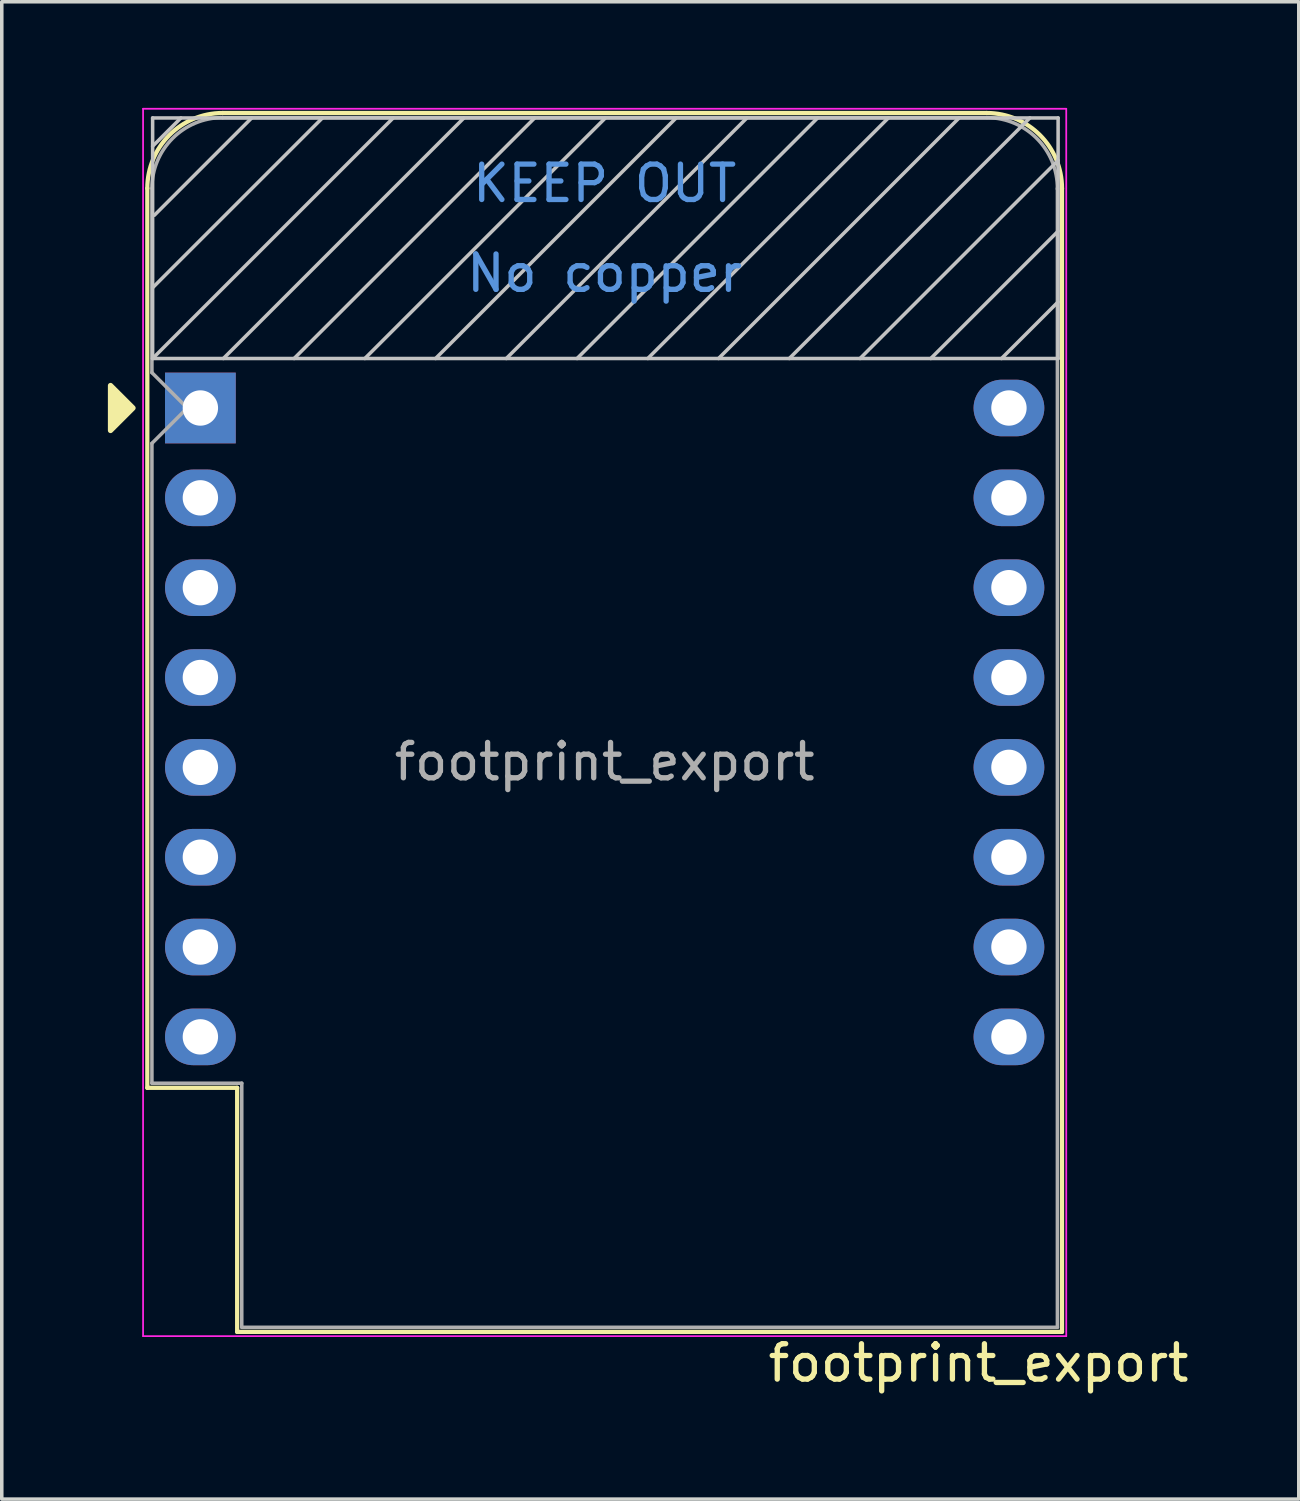
<source format=kicad_pcb>
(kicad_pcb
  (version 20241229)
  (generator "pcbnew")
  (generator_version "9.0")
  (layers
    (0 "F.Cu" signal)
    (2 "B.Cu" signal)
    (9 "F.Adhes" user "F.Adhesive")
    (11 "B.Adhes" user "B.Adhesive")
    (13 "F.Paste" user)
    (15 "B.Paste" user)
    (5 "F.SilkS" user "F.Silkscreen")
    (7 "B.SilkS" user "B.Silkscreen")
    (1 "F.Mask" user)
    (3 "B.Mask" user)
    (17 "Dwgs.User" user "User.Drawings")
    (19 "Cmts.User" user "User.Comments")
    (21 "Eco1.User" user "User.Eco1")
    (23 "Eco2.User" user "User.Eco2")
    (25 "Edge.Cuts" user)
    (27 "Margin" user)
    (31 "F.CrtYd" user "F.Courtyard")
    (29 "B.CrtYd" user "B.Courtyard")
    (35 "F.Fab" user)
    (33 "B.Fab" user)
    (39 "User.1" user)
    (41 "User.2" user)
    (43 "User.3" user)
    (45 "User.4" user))
  (footprint "footprint_export"
    (layer "F.Cu")
    (at 2.615 8.485)
    (property "Reference" "footprint_export" (at 22 27 0) (layer "F.SilkS") (effects (font (size 1 1) (thickness 0.15))))
    (attr through_hole)
    (fp_line (start -1.5 19.22) (end -1.5 -6.21) (stroke (width 0.12) (type solid)) (layer "F.SilkS"))
    (fp_line (start -1.5 19.22) (end 1.04 19.22) (stroke (width 0.12) (type solid)) (layer "F.SilkS"))
    (fp_line (start 1.04 19.22) (end 1.04 26.12) (stroke (width 0.12) (type solid)) (layer "F.SilkS"))
    (fp_line (start 1.04 26.12) (end 24.36 26.12) (stroke (width 0.12) (type solid)) (layer "F.SilkS"))
    (fp_line (start 22.24 -8.34) (end 0.63 -8.34) (stroke (width 0.12) (type solid)) (layer "F.SilkS"))
    (fp_line (start 24.36 26.12) (end 24.36 -6.21) (stroke (width 0.12) (type solid)) (layer "F.SilkS"))
    (fp_arc (start -1.5 -6.21) (mid -0.876137 -7.716137) (end 0.63 -8.34) (stroke (width 0.12) (type solid)) (layer "F.SilkS"))
    (fp_arc (start 22.23 -8.34) (mid 23.736137 -7.716137) (end 24.36 -6.21) (stroke (width 0.12) (type solid)) (layer "F.SilkS"))
    (fp_poly (pts (xy -2.54 -0.635) (xy -2.54 0.635) (xy -1.905 0)) (stroke (width 0.15) (type solid)) (fill yes) (layer "F.SilkS"))
    (fp_line (start -1.35 -8.2) (end -1.35 -1.4) (stroke (width 0.1) (type solid)) (layer "Dwgs.User"))
    (fp_line (start -1.35 -7.4) (end -0.55 -8.2) (stroke (width 0.1) (type solid)) (layer "Dwgs.User"))
    (fp_line (start -1.35 -3.4) (end 3.45 -8.2) (stroke (width 0.1) (type solid)) (layer "Dwgs.User"))
    (fp_line (start -1.35 -1.4) (end 5.45 -8.2) (stroke (width 0.1) (type solid)) (layer "Dwgs.User"))
    (fp_line (start -1.35 -1.4) (end 24.25 -1.4) (stroke (width 0.1) (type solid)) (layer "Dwgs.User"))
    (fp_line (start -1.3 -5.45) (end 1.45 -8.2) (stroke (width 0.1) (type solid)) (layer "Dwgs.User"))
    (fp_line (start 0.65 -1.4) (end 7.45 -8.2) (stroke (width 0.1) (type solid)) (layer "Dwgs.User"))
    (fp_line (start 2.65 -1.4) (end 9.45 -8.2) (stroke (width 0.1) (type solid)) (layer "Dwgs.User"))
    (fp_line (start 4.65 -1.4) (end 11.45 -8.2) (stroke (width 0.1) (type solid)) (layer "Dwgs.User"))
    (fp_line (start 6.65 -1.4) (end 13.45 -8.2) (stroke (width 0.1) (type solid)) (layer "Dwgs.User"))
    (fp_line (start 8.65 -1.4) (end 15.45 -8.2) (stroke (width 0.1) (type solid)) (layer "Dwgs.User"))
    (fp_line (start 10.65 -1.4) (end 17.45 -8.2) (stroke (width 0.1) (type solid)) (layer "Dwgs.User"))
    (fp_line (start 12.65 -1.4) (end 19.45 -8.2) (stroke (width 0.1) (type solid)) (layer "Dwgs.User"))
    (fp_line (start 14.65 -1.4) (end 21.45 -8.2) (stroke (width 0.1) (type solid)) (layer "Dwgs.User"))
    (fp_line (start 16.65 -1.4) (end 23.45 -8.2) (stroke (width 0.1) (type solid)) (layer "Dwgs.User"))
    (fp_line (start 18.65 -1.4) (end 24.25 -7) (stroke (width 0.1) (type solid)) (layer "Dwgs.User"))
    (fp_line (start 20.65 -1.4) (end 24.25 -5) (stroke (width 0.1) (type solid)) (layer "Dwgs.User"))
    (fp_line (start 22.65 -1.4) (end 24.25 -3) (stroke (width 0.1) (type solid)) (layer "Dwgs.User"))
    (fp_line (start 24.25 -8.2) (end -1.35 -8.2) (stroke (width 0.1) (type solid)) (layer "Dwgs.User"))
    (fp_line (start 24.25 -1.4) (end 24.25 -8.2) (stroke (width 0.1) (type solid)) (layer "Dwgs.User"))
    (fp_line (start -1.62 -8.46) (end 24.48 -8.46) (stroke (width 0.05) (type solid)) (layer "F.CrtYd"))
    (fp_line (start -1.62 26.24) (end -1.62 -8.46) (stroke (width 0.05) (type solid)) (layer "F.CrtYd"))
    (fp_line (start 24.48 -8.46) (end 24.48 26.24) (stroke (width 0.05) (type solid)) (layer "F.CrtYd"))
    (fp_line (start 24.48 26.24) (end -1.62 26.24) (stroke (width 0.05) (type solid)) (layer "F.CrtYd"))
    (fp_line (start -1.37 -6.21) (end -1.37 -1) (stroke (width 0.1) (type solid)) (layer "F.Fab"))
    (fp_line (start -1.37 1) (end -1.37 19.09) (stroke (width 0.1) (type solid)) (layer "F.Fab"))
    (fp_line (start -1.37 1) (end -0.37 0) (stroke (width 0.1) (type solid)) (layer "F.Fab"))
    (fp_line (start -1.37 19.09) (end 1.17 19.09) (stroke (width 0.1) (type solid)) (layer "F.Fab"))
    (fp_line (start -0.37 0) (end -1.37 -1) (stroke (width 0.1) (type solid)) (layer "F.Fab"))
    (fp_line (start 1.17 19.09) (end 1.17 25.99) (stroke (width 0.1) (type solid)) (layer "F.Fab"))
    (fp_line (start 1.17 25.99) (end 24.23 25.99) (stroke (width 0.1) (type solid)) (layer "F.Fab"))
    (fp_line (start 22.23 -8.21) (end 0.63 -8.21) (stroke (width 0.1) (type solid)) (layer "F.Fab"))
    (fp_line (start 24.23 25.99) (end 24.23 -6.21) (stroke (width 0.1) (type solid)) (layer "F.Fab"))
    (fp_arc (start -1.37 -6.21) (mid -0.784214 -7.624214) (end 0.63 -8.21) (stroke (width 0.1) (type solid)) (layer "F.Fab"))
    (fp_arc (start 22.25 -8.21) (mid 23.658356 -7.610071) (end 24.23 -6.19) (stroke (width 0.1) (type solid)) (layer "F.Fab"))
    (fp_text user "KEEP OUT" (at 11.43 -6.35 0) (layer "Cmts.User") (effects (font (size 1 1) (thickness 0.15))))
    (fp_text user "No copper" (at 11.43 -3.81 0) (layer "Cmts.User") (effects (font (size 1 1) (thickness 0.15))))
    (fp_text user "${REFERENCE}" (at 11.43 10 0) (layer "F.Fab") (effects (font (size 1 1) (thickness 0.15))))
    (pad "1" thru_hole rect (at 0 0) (size 2 2) (drill 1) (layers "*.Cu" "*.Mask"))
    (pad "2" thru_hole oval (at 0 2.54) (size 2 1.6) (drill 1) (layers "*.Cu" "*.Mask"))
    (pad "3" thru_hole oval (at 0 5.08) (size 2 1.6) (drill 1) (layers "*.Cu" "*.Mask"))
    (pad "4" thru_hole oval (at 0 7.62) (size 2 1.6) (drill 1) (layers "*.Cu" "*.Mask"))
    (pad "5" thru_hole oval (at 0 10.16) (size 2 1.6) (drill 1) (layers "*.Cu" "*.Mask"))
    (pad "6" thru_hole oval (at 0 12.7) (size 2 1.6) (drill 1) (layers "*.Cu" "*.Mask"))
    (pad "7" thru_hole oval (at 0 15.24) (size 2 1.6) (drill 1) (layers "*.Cu" "*.Mask"))
    (pad "8" thru_hole oval (at 0 17.78) (size 2 1.6) (drill 1) (layers "*.Cu" "*.Mask"))
    (pad "9" thru_hole oval (at 22.86 17.78) (size 2 1.6) (drill 1) (layers "*.Cu" "*.Mask"))
    (pad "10" thru_hole oval (at 22.86 15.24) (size 2 1.6) (drill 1) (layers "*.Cu" "*.Mask"))
    (pad "11" thru_hole oval (at 22.86 12.7) (size 2 1.6) (drill 1) (layers "*.Cu" "*.Mask"))
    (pad "12" thru_hole oval (at 22.86 10.16) (size 2 1.6) (drill 1) (layers "*.Cu" "*.Mask"))
    (pad "13" thru_hole oval (at 22.86 7.62) (size 2 1.6) (drill 1) (layers "*.Cu" "*.Mask"))
    (pad "14" thru_hole oval (at 22.86 5.08) (size 2 1.6) (drill 1) (layers "*.Cu" "*.Mask"))
    (pad "15" thru_hole oval (at 22.86 2.54) (size 2 1.6) (drill 1) (layers "*.Cu" "*.Mask"))
    (pad "16" thru_hole oval (at 22.86 0) (size 2 1.6) (drill 1) (layers "*.Cu" "*.Mask")))
  (gr_rect
    (start -3 -3)
    (end 33.669 39.333)
    (stroke (width 0.1) (type default))
    (fill no)
    (layer "Edge.Cuts")))
</source>
